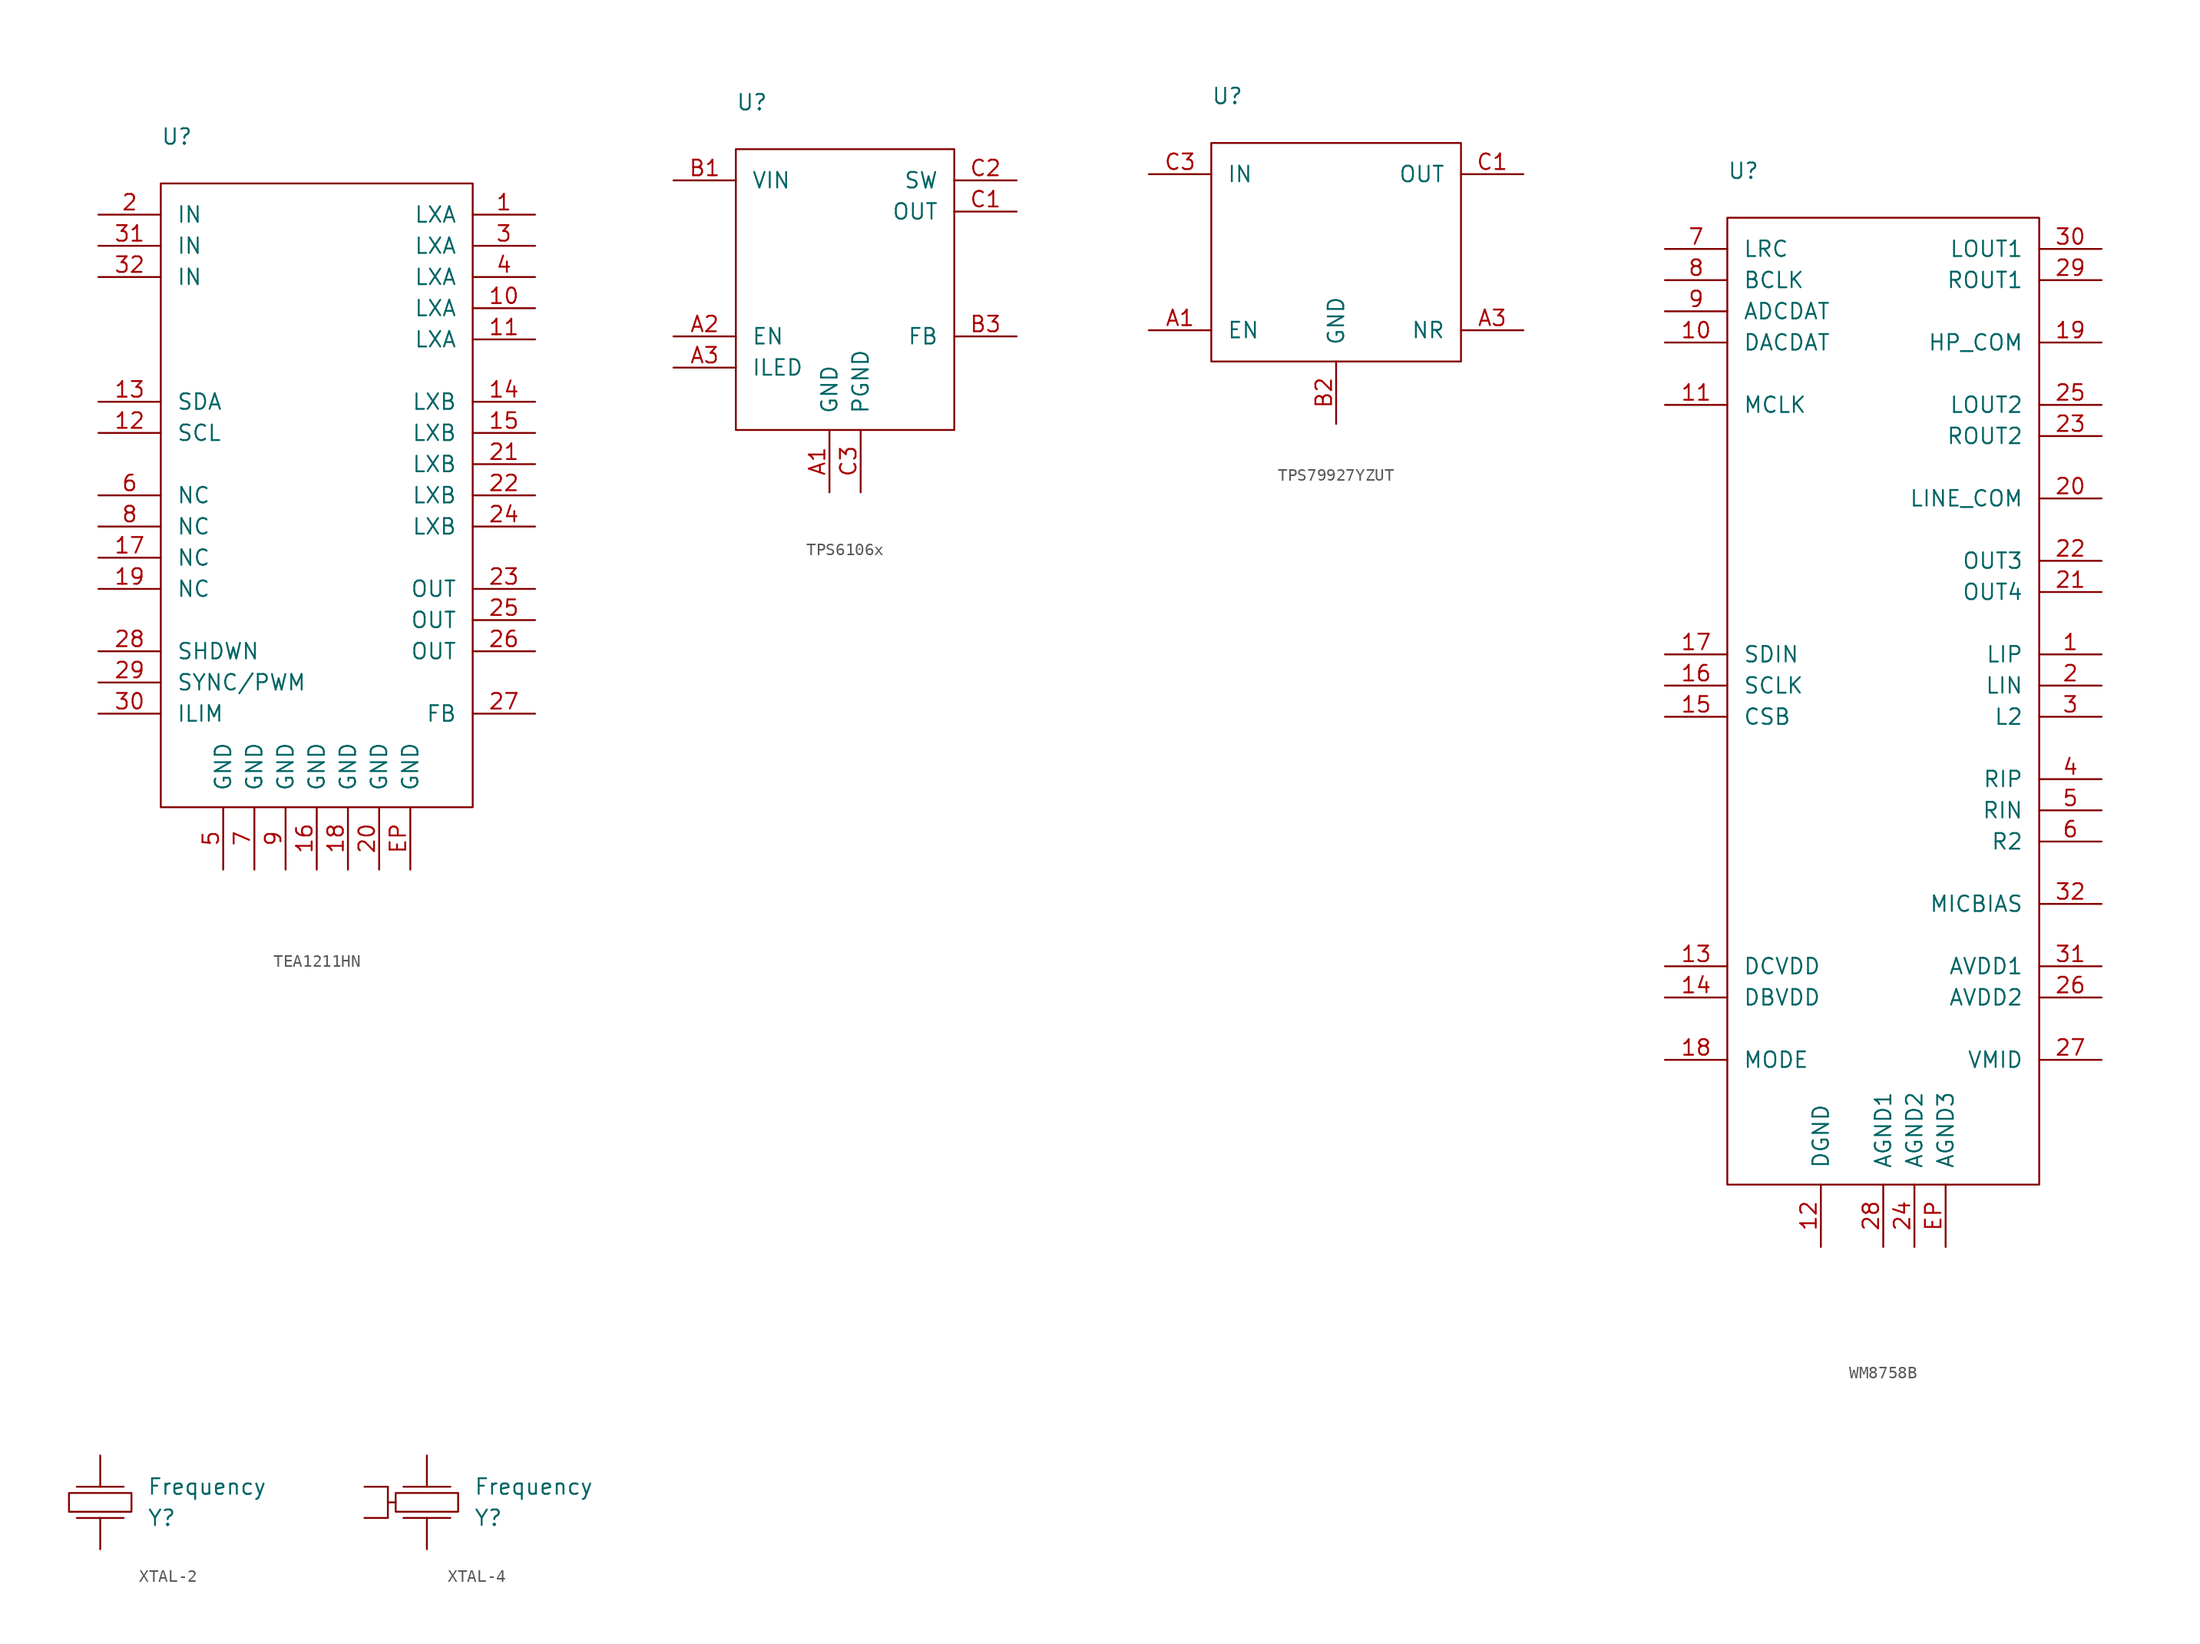
<source format=kicad_sym>
(kicad_symbol_lib
  (version 20231120)
  (generator "kicad_symbol_editor")
  (generator_version "8.0")
  (symbol "TEA1211HN"
    (pin_names
      (offset 1.27))
    (property "Reference" "U"
      (at 0 3.81 0)
      (effects (font (size 1.27 1.27)) (justify left)))
    (property "Value" "${Manufacturer Part Number}"
      (at 0 1.27 0)
      (effects (font (size 1.27 1.27)) (justify left)))
    (property "Manufacturer Part Number" ""
      (at 45.72 -2.54 0)
      (effects (font (size 1.27 1.27)) (justify left) (hide yes)))
    (symbol "TEA1211HN_0_0"
      (text "" (at 22.522 -7.818 0) (effects (font (size 1.27 1.27)))))
    (symbol "TEA1211HN_1_1"
      (rectangle (start 0 0) (end 25.4 -50.8) (stroke (width 0) (type default)) (fill (type none)))
      (pin passive line (at 30.48 -2.54 180) (length 5.08) (name "LXA" (effects (font (size 1.27 1.27)))) (number "1" (effects (font (size 1.27 1.27)))))
      (pin passive line (at 30.48 -10.16 180) (length 5.08) (name "LXA" (effects (font (size 1.27 1.27)))) (number "10" (effects (font (size 1.27 1.27)))))
      (pin passive line (at 30.48 -12.7 180) (length 5.08) (name "LXA" (effects (font (size 1.27 1.27)))) (number "11" (effects (font (size 1.27 1.27)))))
      (pin open_collector line (at -5.08 -20.32 0) (length 5.08) (name "SCL" (effects (font (size 1.27 1.27)))) (number "12" (effects (font (size 1.27 1.27)))))
      (pin open_collector line (at -5.08 -17.78 0) (length 5.08) (name "SDA" (effects (font (size 1.27 1.27)))) (number "13" (effects (font (size 1.27 1.27)))))
      (pin passive line (at 30.48 -17.78 180) (length 5.08) (name "LXB" (effects (font (size 1.27 1.27)))) (number "14" (effects (font (size 1.27 1.27)))))
      (pin passive line (at 30.48 -20.32 180) (length 5.08) (name "LXB" (effects (font (size 1.27 1.27)))) (number "15" (effects (font (size 1.27 1.27)))))
      (pin power_in line (at 12.7 -55.88 90) (length 5.08) (name "GND" (effects (font (size 1.27 1.27)))) (number "16" (effects (font (size 1.27 1.27)))))
      (pin passive line (at -5.08 -30.48 0) (length 5.08) (name "NC" (effects (font (size 1.27 1.27)))) (number "17" (effects (font (size 1.27 1.27)))))
      (pin power_in line (at 15.24 -55.88 90) (length 5.08) (name "GND" (effects (font (size 1.27 1.27)))) (number "18" (effects (font (size 1.27 1.27)))))
      (pin passive line (at -5.08 -33.02 0) (length 5.08) (name "NC" (effects (font (size 1.27 1.27)))) (number "19" (effects (font (size 1.27 1.27)))))
      (pin power_in line (at -5.08 -2.54 0) (length 5.08) (name "IN" (effects (font (size 1.27 1.27)))) (number "2" (effects (font (size 1.27 1.27)))))
      (pin power_in line (at 17.78 -55.88 90) (length 5.08) (name "GND" (effects (font (size 1.27 1.27)))) (number "20" (effects (font (size 1.27 1.27)))))
      (pin passive line (at 30.48 -22.86 180) (length 5.08) (name "LXB" (effects (font (size 1.27 1.27)))) (number "21" (effects (font (size 1.27 1.27)))))
      (pin passive line (at 30.48 -25.4 180) (length 5.08) (name "LXB" (effects (font (size 1.27 1.27)))) (number "22" (effects (font (size 1.27 1.27)))))
      (pin power_out line (at 30.48 -33.02 180) (length 5.08) (name "OUT" (effects (font (size 1.27 1.27)))) (number "23" (effects (font (size 1.27 1.27)))))
      (pin passive line (at 30.48 -27.94 180) (length 5.08) (name "LXB" (effects (font (size 1.27 1.27)))) (number "24" (effects (font (size 1.27 1.27)))))
      (pin power_out line (at 30.48 -35.56 180) (length 5.08) (name "OUT" (effects (font (size 1.27 1.27)))) (number "25" (effects (font (size 1.27 1.27)))))
      (pin power_out line (at 30.48 -38.1 180) (length 5.08) (name "OUT" (effects (font (size 1.27 1.27)))) (number "26" (effects (font (size 1.27 1.27)))))
      (pin input line (at 30.48 -43.18 180) (length 5.08) (name "FB" (effects (font (size 1.27 1.27)))) (number "27" (effects (font (size 1.27 1.27)))))
      (pin input line (at -5.08 -38.1 0) (length 5.08) (name "SHDWN" (effects (font (size 1.27 1.27)))) (number "28" (effects (font (size 1.27 1.27)))))
      (pin input line (at -5.08 -40.64 0) (length 5.08) (name "SYNC/PWM" (effects (font (size 1.27 1.27)))) (number "29" (effects (font (size 1.27 1.27)))))
      (pin passive line (at 30.48 -5.08 180) (length 5.08) (name "LXA" (effects (font (size 1.27 1.27)))) (number "3" (effects (font (size 1.27 1.27)))))
      (pin passive line (at -5.08 -43.18 0) (length 5.08) (name "ILIM" (effects (font (size 1.27 1.27)))) (number "30" (effects (font (size 1.27 1.27)))))
      (pin power_in line (at -5.08 -5.08 0) (length 5.08) (name "IN" (effects (font (size 1.27 1.27)))) (number "31" (effects (font (size 1.27 1.27)))))
      (pin power_in line (at -5.08 -7.62 0) (length 5.08) (name "IN" (effects (font (size 1.27 1.27)))) (number "32" (effects (font (size 1.27 1.27)))))
      (pin passive line (at 30.48 -7.62 180) (length 5.08) (name "LXA" (effects (font (size 1.27 1.27)))) (number "4" (effects (font (size 1.27 1.27)))))
      (pin power_in line (at 5.08 -55.88 90) (length 5.08) (name "GND" (effects (font (size 1.27 1.27)))) (number "5" (effects (font (size 1.27 1.27)))))
      (pin passive line (at -5.08 -25.4 0) (length 5.08) (name "NC" (effects (font (size 1.27 1.27)))) (number "6" (effects (font (size 1.27 1.27)))))
      (pin power_in line (at 7.62 -55.88 90) (length 5.08) (name "GND" (effects (font (size 1.27 1.27)))) (number "7" (effects (font (size 1.27 1.27)))))
      (pin passive line (at -5.08 -27.94 0) (length 5.08) (name "NC" (effects (font (size 1.27 1.27)))) (number "8" (effects (font (size 1.27 1.27)))))
      (pin power_in line (at 10.16 -55.88 90) (length 5.08) (name "GND" (effects (font (size 1.27 1.27)))) (number "9" (effects (font (size 1.27 1.27)))))
      (pin power_in line (at 20.32 -55.88 90) (length 5.08) (name "GND" (effects (font (size 1.27 1.27)))) (number "EP" (effects (font (size 1.27 1.27)))))))
  (symbol "TPS6106x"
    (pin_names
      (offset 1.27))
    (property "Reference" "U"
      (at 0 3.81 0)
      (effects (font (size 1.27 1.27)) (justify left)))
    (property "Value" "${Manufacturer Part Number}"
      (at 0 1.27 0)
      (effects (font (size 1.27 1.27)) (justify left)))
    (property "Manufacturer Part Number" ""
      (at 45.72 -2.54 0)
      (effects (font (size 1.27 1.27)) (justify left) (hide yes)))
    (symbol "TPS6106x_1_1"
      (rectangle (start 0 0) (end 17.78 -22.86) (stroke (width 0) (type default)) (fill (type none)))
      (pin power_in line (at 7.62 -27.94 90) (length 5.08) (name "GND" (effects (font (size 1.27 1.27)))) (number "A1" (effects (font (size 1.27 1.27)))))
      (pin input line (at -5.08 -15.24 0) (length 5.08) (name "EN" (effects (font (size 1.27 1.27)))) (number "A2" (effects (font (size 1.27 1.27)))))
      (pin input line (at -5.08 -17.78 0) (length 5.08) (name "ILED" (effects (font (size 1.27 1.27)))) (number "A3" (effects (font (size 1.27 1.27)))))
      (pin power_in line (at -5.08 -2.54 0) (length 5.08) (name "VIN" (effects (font (size 1.27 1.27)))) (number "B1" (effects (font (size 1.27 1.27)))))
      (pin input line (at 22.86 -15.24 180) (length 5.08) (name "FB" (effects (font (size 1.27 1.27)))) (number "B3" (effects (font (size 1.27 1.27)))))
      (pin power_out line (at 22.86 -5.08 180) (length 5.08) (name "OUT" (effects (font (size 1.27 1.27)))) (number "C1" (effects (font (size 1.27 1.27)))))
      (pin passive line (at 22.86 -2.54 180) (length 5.08) (name "SW" (effects (font (size 1.27 1.27)))) (number "C2" (effects (font (size 1.27 1.27)))))
      (pin power_in line (at 10.16 -27.94 90) (length 5.08) (name "PGND" (effects (font (size 1.27 1.27)))) (number "C3" (effects (font (size 1.27 1.27)))))))
  (symbol "TPS79927YZUT"
    (pin_names
      (offset 1.27))
    (property "Reference" "U"
      (at 0 3.81 0)
      (effects (font (size 1.27 1.27)) (justify left)))
    (property "Value" "${Manufacturer Part Number}"
      (at 0 1.27 0)
      (effects (font (size 1.27 1.27)) (justify left)))
    (property "Manufacturer Part Number" ""
      (at 45.72 -2.54 0)
      (effects (font (size 1.27 1.27)) (justify left) (hide yes)))
    (symbol "TPS79927YZUT_1_1"
      (rectangle (start 0 0) (end 20.32 -17.78) (stroke (width 0) (type default)) (fill (type none)))
      (pin input line (at -5.08 -15.24 0) (length 5.08) (name "EN" (effects (font (size 1.27 1.27)))) (number "A1" (effects (font (size 1.27 1.27)))))
      (pin input line (at 25.4 -15.24 180) (length 5.08) (name "NR" (effects (font (size 1.27 1.27)))) (number "A3" (effects (font (size 1.27 1.27)))))
      (pin power_in line (at 10.16 -22.86 90) (length 5.08) (name "GND" (effects (font (size 1.27 1.27)))) (number "B2" (effects (font (size 1.27 1.27)))))
      (pin power_out line (at 25.4 -2.54 180) (length 5.08) (name "OUT" (effects (font (size 1.27 1.27)))) (number "C1" (effects (font (size 1.27 1.27)))))
      (pin power_in line (at -5.08 -2.54 0) (length 5.08) (name "IN" (effects (font (size 1.27 1.27)))) (number "C3" (effects (font (size 1.27 1.27)))))))
  (symbol "WM8758B"
    (pin_names
      (offset 1.27))
    (property "Reference" "U"
      (at 0 3.81 0)
      (effects (font (size 1.27 1.27)) (justify left)))
    (property "Value" "${Manufacturer Part Number}"
      (at 0 1.27 0)
      (effects (font (size 1.27 1.27)) (justify left)))
    (property "Manufacturer Part Number" ""
      (at 45.72 -2.54 0)
      (effects (font (size 1.27 1.27)) (justify left) (hide yes)))
    (symbol "WM8758B_0_0"
      (text "" (at 22.522 -7.818 0) (effects (font (size 1.27 1.27)))))
    (symbol "WM8758B_1_1"
      (rectangle (start 0 0) (end 25.4 -78.74) (stroke (width 0) (type default)) (fill (type none)))
      (pin input line (at 30.48 -35.56 180) (length 5.08) (name "LIP" (effects (font (size 1.27 1.27)))) (number "1" (effects (font (size 1.27 1.27)))))
      (pin input line (at -5.08 -10.16 0) (length 5.08) (name "DACDAT" (effects (font (size 1.27 1.27)))) (number "10" (effects (font (size 1.27 1.27)))))
      (pin input line (at -5.08 -15.24 0) (length 5.08) (name "MCLK" (effects (font (size 1.27 1.27)))) (number "11" (effects (font (size 1.27 1.27)))))
      (pin power_in line (at 7.62 -83.82 90) (length 5.08) (name "DGND" (effects (font (size 1.27 1.27)))) (number "12" (effects (font (size 1.27 1.27)))))
      (pin power_in line (at -5.08 -60.96 0) (length 5.08) (name "DCVDD" (effects (font (size 1.27 1.27)))) (number "13" (effects (font (size 1.27 1.27)))))
      (pin power_in line (at -5.08 -63.5 0) (length 5.08) (name "DBVDD" (effects (font (size 1.27 1.27)))) (number "14" (effects (font (size 1.27 1.27)))))
      (pin bidirectional line (at -5.08 -40.64 0) (length 5.08) (name "CSB" (effects (font (size 1.27 1.27)))) (number "15" (effects (font (size 1.27 1.27)))) (alternate "GPIO1" input line))
      (pin input line (at -5.08 -38.1 0) (length 5.08) (name "SCLK" (effects (font (size 1.27 1.27)))) (number "16" (effects (font (size 1.27 1.27)))))
      (pin bidirectional line (at -5.08 -35.56 0) (length 5.08) (name "SDIN" (effects (font (size 1.27 1.27)))) (number "17" (effects (font (size 1.27 1.27)))))
      (pin input line (at -5.08 -68.58 0) (length 5.08) (name "MODE" (effects (font (size 1.27 1.27)))) (number "18" (effects (font (size 1.27 1.27)))))
      (pin input line (at 30.48 -10.16 180) (length 5.08) (name "HP_COM" (effects (font (size 1.27 1.27)))) (number "19" (effects (font (size 1.27 1.27)))))
      (pin input line (at 30.48 -38.1 180) (length 5.08) (name "LIN" (effects (font (size 1.27 1.27)))) (number "2" (effects (font (size 1.27 1.27)))))
      (pin input line (at 30.48 -22.86 180) (length 5.08) (name "LINE_COM" (effects (font (size 1.27 1.27)))) (number "20" (effects (font (size 1.27 1.27)))))
      (pin output line (at 30.48 -30.48 180) (length 5.08) (name "OUT4" (effects (font (size 1.27 1.27)))) (number "21" (effects (font (size 1.27 1.27)))))
      (pin output line (at 30.48 -27.94 180) (length 5.08) (name "OUT3" (effects (font (size 1.27 1.27)))) (number "22" (effects (font (size 1.27 1.27)))))
      (pin output line (at 30.48 -17.78 180) (length 5.08) (name "ROUT2" (effects (font (size 1.27 1.27)))) (number "23" (effects (font (size 1.27 1.27)))))
      (pin power_in line (at 15.24 -83.82 90) (length 5.08) (name "AGND2" (effects (font (size 1.27 1.27)))) (number "24" (effects (font (size 1.27 1.27)))))
      (pin output line (at 30.48 -15.24 180) (length 5.08) (name "LOUT2" (effects (font (size 1.27 1.27)))) (number "25" (effects (font (size 1.27 1.27)))))
      (pin power_in line (at 30.48 -63.5 180) (length 5.08) (name "AVDD2" (effects (font (size 1.27 1.27)))) (number "26" (effects (font (size 1.27 1.27)))))
      (pin passive line (at 30.48 -68.58 180) (length 5.08) (name "VMID" (effects (font (size 1.27 1.27)))) (number "27" (effects (font (size 1.27 1.27)))))
      (pin power_in line (at 12.7 -83.82 90) (length 5.08) (name "AGND1" (effects (font (size 1.27 1.27)))) (number "28" (effects (font (size 1.27 1.27)))))
      (pin output line (at 30.48 -5.08 180) (length 5.08) (name "ROUT1" (effects (font (size 1.27 1.27)))) (number "29" (effects (font (size 1.27 1.27)))))
      (pin input line (at 30.48 -40.64 180) (length 5.08) (name "L2" (effects (font (size 1.27 1.27)))) (number "3" (effects (font (size 1.27 1.27)))) (alternate "GPIO2" input line))
      (pin output line (at 30.48 -2.54 180) (length 5.08) (name "LOUT1" (effects (font (size 1.27 1.27)))) (number "30" (effects (font (size 1.27 1.27)))))
      (pin power_in line (at 30.48 -60.96 180) (length 5.08) (name "AVDD1" (effects (font (size 1.27 1.27)))) (number "31" (effects (font (size 1.27 1.27)))))
      (pin output line (at 30.48 -55.88 180) (length 5.08) (name "MICBIAS" (effects (font (size 1.27 1.27)))) (number "32" (effects (font (size 1.27 1.27)))))
      (pin input line (at 30.48 -45.72 180) (length 5.08) (name "RIP" (effects (font (size 1.27 1.27)))) (number "4" (effects (font (size 1.27 1.27)))))
      (pin input line (at 30.48 -48.26 180) (length 5.08) (name "RIN" (effects (font (size 1.27 1.27)))) (number "5" (effects (font (size 1.27 1.27)))))
      (pin input line (at 30.48 -50.8 180) (length 5.08) (name "R2" (effects (font (size 1.27 1.27)))) (number "6" (effects (font (size 1.27 1.27)))) (alternate "GPIO3" input line))
      (pin bidirectional line (at -5.08 -2.54 0) (length 5.08) (name "LRC" (effects (font (size 1.27 1.27)))) (number "7" (effects (font (size 1.27 1.27)))))
      (pin bidirectional line (at -5.08 -5.08 0) (length 5.08) (name "BCLK" (effects (font (size 1.27 1.27)))) (number "8" (effects (font (size 1.27 1.27)))))
      (pin output line (at -5.08 -7.62 0) (length 5.08) (name "ADCDAT" (effects (font (size 1.27 1.27)))) (number "9" (effects (font (size 1.27 1.27)))))
      (pin power_in line (at 17.78 -83.82 90) (length 5.08) (name "AGND3" (effects (font (size 1.27 1.27)))) (number "EP" (effects (font (size 1.27 1.27)))))))
  (symbol "XTAL-2"
    (pin_numbers hide)
    (pin_names
      (offset 0) hide)
    (property "Reference" "Y"
      (at 3.81 -5.08 0)
      (effects (font (size 1.27 1.27)) (justify left)))
    (property "Value" "Frequency"
      (at 3.81 -2.54 0)
      (effects (font (size 1.27 1.27)) (justify left)))
    (symbol "XTAL-2_0_1"
      (rectangle (start -2.54 -3.048) (end 2.54 -4.572) (stroke (width 0) (type default)) (fill (type none)))
      (polyline (pts (xy -1.905 -5.08) (xy 1.905 -5.08)) (stroke (width 0) (type default)) (fill (type none)))
      (polyline (pts (xy 1.905 -2.54) (xy -1.905 -2.54)) (stroke (width 0) (type default)) (fill (type none))))
    (symbol "XTAL-2_1_1"
      (pin passive line (at 0 0 270) (length 2.54) (name "1" (effects (font (size 1.27 1.27)))) (number "1" (effects (font (size 1.27 1.27)))))
      (pin passive line (at 0 -7.62 90) (length 2.54) (name "2" (effects (font (size 1.27 1.27)))) (number "2" (effects (font (size 1.27 1.27)))))))
  (symbol "XTAL-4"
    (pin_numbers hide)
    (pin_names
      (offset 0) hide)
    (property "Reference" "Y"
      (at 3.81 -5.08 0)
      (effects (font (size 1.27 1.27)) (justify left)))
    (property "Value" "Frequency"
      (at 3.81 -2.54 0)
      (effects (font (size 1.27 1.27)) (justify left)))
    (symbol "XTAL-4_0_1"
      (rectangle (start -2.54 -3.048) (end 2.54 -4.572) (stroke (width 0) (type default)) (fill (type none)))
      (polyline (pts (xy -3.175 -3.81) (xy -2.54 -3.81)) (stroke (width 0) (type default)) (fill (type none)))
      (polyline (pts (xy -3.175 -2.54) (xy -3.175 -5.08)) (stroke (width 0) (type default)) (fill (type none)))
      (polyline (pts (xy -1.905 -5.08) (xy 1.905 -5.08)) (stroke (width 0) (type default)) (fill (type none)))
      (polyline (pts (xy 1.905 -2.54) (xy -1.905 -2.54)) (stroke (width 0) (type default)) (fill (type none))))
    (symbol "XTAL-4_1_1"
      (pin passive line (at 0 0 270) (length 2.54) (name "1" (effects (font (size 1.27 1.27)))) (number "1" (effects (font (size 1.27 1.27)))))
      (pin passive line (at -5.08 -2.54 0) (length 1.905) (name "2" (effects (font (size 1.27 1.27)))) (number "2" (effects (font (size 1.27 1.27)))))
      (pin passive line (at 0 -7.62 90) (length 2.54) (name "3" (effects (font (size 1.27 1.27)))) (number "3" (effects (font (size 1.27 1.27)))))
      (pin passive line (at -5.08 -5.08 0) (length 1.905) (name "4" (effects (font (size 1.27 1.27)))) (number "4" (effects (font (size 1.27 1.27))))))))
</source>
